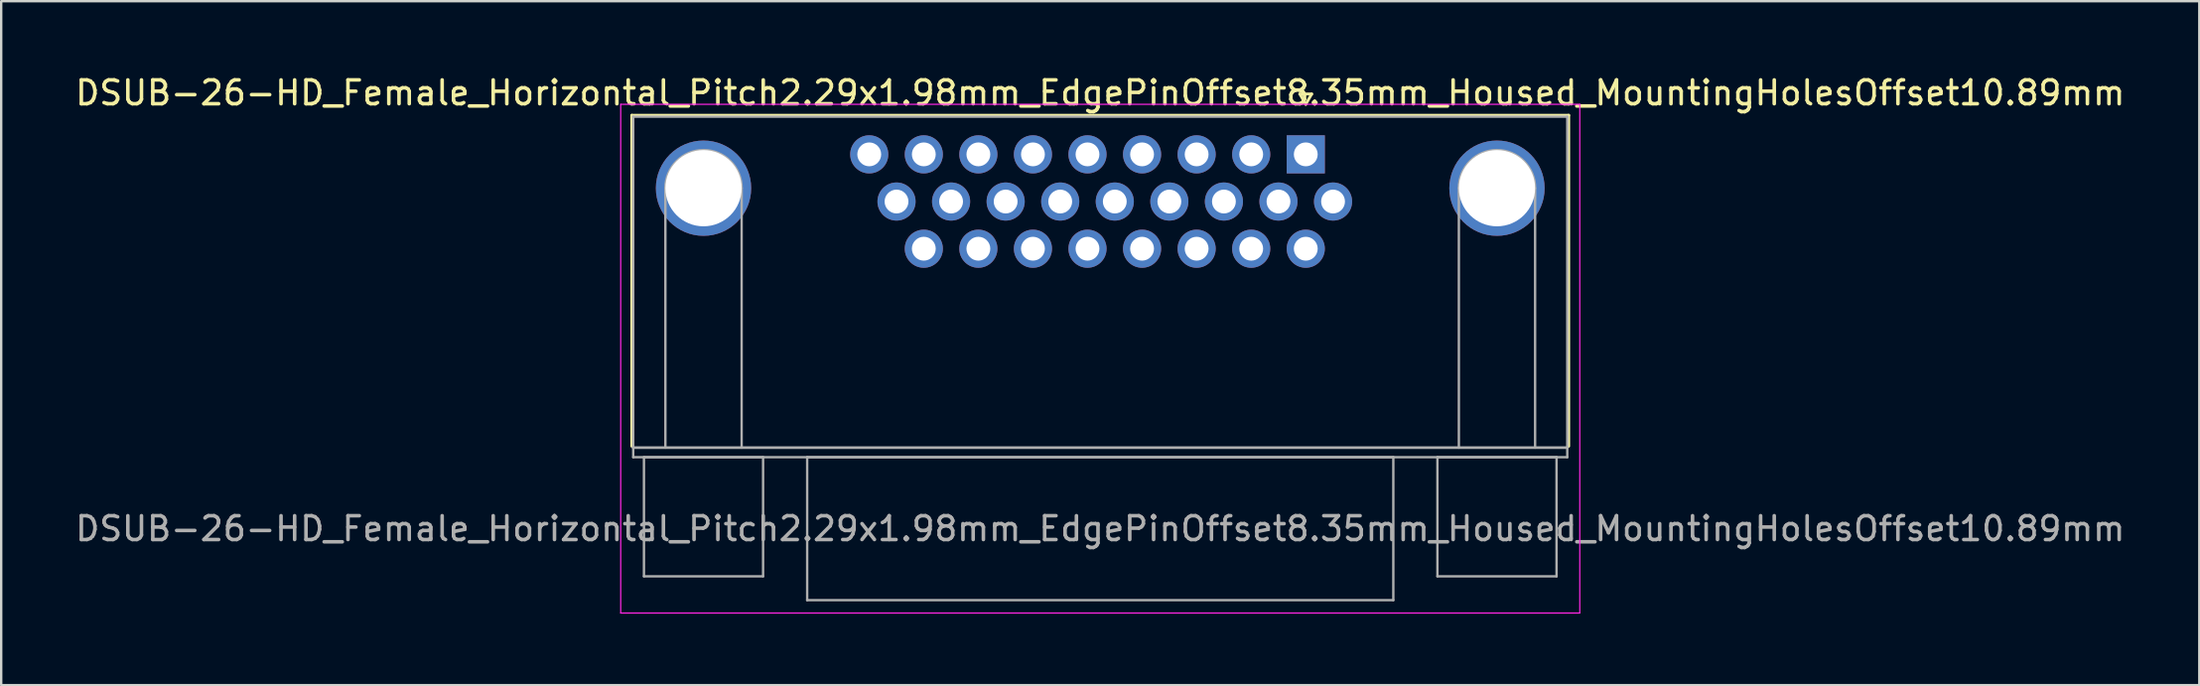
<source format=kicad_pcb>
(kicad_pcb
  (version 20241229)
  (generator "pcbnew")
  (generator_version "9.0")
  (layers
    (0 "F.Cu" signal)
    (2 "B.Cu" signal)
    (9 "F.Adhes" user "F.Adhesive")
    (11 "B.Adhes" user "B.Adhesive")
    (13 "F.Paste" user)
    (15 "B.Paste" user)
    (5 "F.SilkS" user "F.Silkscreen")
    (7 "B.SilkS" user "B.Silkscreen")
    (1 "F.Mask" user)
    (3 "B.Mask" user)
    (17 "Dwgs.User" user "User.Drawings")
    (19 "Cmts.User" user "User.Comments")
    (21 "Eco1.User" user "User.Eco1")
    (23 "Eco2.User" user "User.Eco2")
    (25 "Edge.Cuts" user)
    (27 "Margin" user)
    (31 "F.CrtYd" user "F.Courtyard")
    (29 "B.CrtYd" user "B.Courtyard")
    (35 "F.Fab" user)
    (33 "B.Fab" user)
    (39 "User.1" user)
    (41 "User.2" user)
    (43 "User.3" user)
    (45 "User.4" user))
  (footprint "DSUB-26-HD_Female_Horizontal_Pitch2.29x1.98mm_EdgePinOffset8.35mm_Housed_MountingHolesOffset10.89mm"
    (layer "F.Cu")
    (at 51.75 3.428)
    (property "Reference" "DSUB-26-HD_Female_Horizontal_Pitch2.29x1.98mm_EdgePinOffset8.35mm_Housed_MountingHolesOffset10.89mm" (at -8.625 -2.58 0) (layer "F.SilkS") (effects (font (size 1 1) (thickness 0.15))))
    (attr through_hole)
    (fp_line (start -28.285 -1.64) (end 11.035 -1.64) (stroke (width 0.12) (type solid)) (layer "F.SilkS"))
    (fp_line (start -28.285 12.25) (end -28.285 -1.64) (stroke (width 0.12) (type solid)) (layer "F.SilkS"))
    (fp_line (start -0.25 -2.534) (end 0.25 -2.534) (stroke (width 0.12) (type solid)) (layer "F.SilkS"))
    (fp_line (start 0 -2.101) (end -0.25 -2.534) (stroke (width 0.12) (type solid)) (layer "F.SilkS"))
    (fp_line (start 0.25 -2.534) (end 0 -2.101) (stroke (width 0.12) (type solid)) (layer "F.SilkS"))
    (fp_line (start 11.035 -1.64) (end 11.035 12.25) (stroke (width 0.12) (type solid)) (layer "F.SilkS"))
    (fp_line (start -28.75 -2.1) (end -28.75 19.25) (stroke (width 0.05) (type solid)) (layer "F.CrtYd"))
    (fp_line (start -28.75 19.25) (end 11.5 19.25) (stroke (width 0.05) (type solid)) (layer "F.CrtYd"))
    (fp_line (start 11.5 -2.1) (end -28.75 -2.1) (stroke (width 0.05) (type solid)) (layer "F.CrtYd"))
    (fp_line (start 11.5 19.25) (end 11.5 -2.1) (stroke (width 0.05) (type solid)) (layer "F.CrtYd"))
    (fp_line (start -28.225 -1.58) (end -28.225 12.31) (stroke (width 0.1) (type solid)) (layer "F.Fab"))
    (fp_line (start -28.225 12.31) (end -28.225 12.71) (stroke (width 0.1) (type solid)) (layer "F.Fab"))
    (fp_line (start -28.225 12.31) (end 10.975 12.31) (stroke (width 0.1) (type solid)) (layer "F.Fab"))
    (fp_line (start -28.225 12.71) (end 10.975 12.71) (stroke (width 0.1) (type solid)) (layer "F.Fab"))
    (fp_line (start -27.775 12.71) (end -27.775 17.71) (stroke (width 0.1) (type solid)) (layer "F.Fab"))
    (fp_line (start -27.775 17.71) (end -22.775 17.71) (stroke (width 0.1) (type solid)) (layer "F.Fab"))
    (fp_line (start -26.875 12.31) (end -26.875 1.42) (stroke (width 0.1) (type solid)) (layer "F.Fab"))
    (fp_line (start -23.675 12.31) (end -23.675 1.42) (stroke (width 0.1) (type solid)) (layer "F.Fab"))
    (fp_line (start -22.775 12.71) (end -27.775 12.71) (stroke (width 0.1) (type solid)) (layer "F.Fab"))
    (fp_line (start -22.775 17.71) (end -22.775 12.71) (stroke (width 0.1) (type solid)) (layer "F.Fab"))
    (fp_line (start -20.925 12.71) (end -20.925 18.71) (stroke (width 0.1) (type solid)) (layer "F.Fab"))
    (fp_line (start -20.925 18.71) (end 3.675 18.71) (stroke (width 0.1) (type solid)) (layer "F.Fab"))
    (fp_line (start 3.675 12.71) (end -20.925 12.71) (stroke (width 0.1) (type solid)) (layer "F.Fab"))
    (fp_line (start 3.675 18.71) (end 3.675 12.71) (stroke (width 0.1) (type solid)) (layer "F.Fab"))
    (fp_line (start 5.525 12.71) (end 5.525 17.71) (stroke (width 0.1) (type solid)) (layer "F.Fab"))
    (fp_line (start 5.525 17.71) (end 10.525 17.71) (stroke (width 0.1) (type solid)) (layer "F.Fab"))
    (fp_line (start 6.425 12.31) (end 6.425 1.42) (stroke (width 0.1) (type solid)) (layer "F.Fab"))
    (fp_line (start 9.625 12.31) (end 9.625 1.42) (stroke (width 0.1) (type solid)) (layer "F.Fab"))
    (fp_line (start 10.525 12.71) (end 5.525 12.71) (stroke (width 0.1) (type solid)) (layer "F.Fab"))
    (fp_line (start 10.525 17.71) (end 10.525 12.71) (stroke (width 0.1) (type solid)) (layer "F.Fab"))
    (fp_line (start 10.975 -1.58) (end -28.225 -1.58) (stroke (width 0.1) (type solid)) (layer "F.Fab"))
    (fp_line (start 10.975 12.31) (end -28.225 12.31) (stroke (width 0.1) (type solid)) (layer "F.Fab"))
    (fp_line (start 10.975 12.31) (end 10.975 -1.58) (stroke (width 0.1) (type solid)) (layer "F.Fab"))
    (fp_line (start 10.975 12.71) (end 10.975 12.31) (stroke (width 0.1) (type solid)) (layer "F.Fab"))
    (fp_arc (start -26.875 1.42) (mid -25.275 -0.18) (end -23.675 1.42) (stroke (width 0.1) (type solid)) (layer "F.Fab"))
    (fp_arc (start 6.425 1.42) (mid 8.025 -0.18) (end 9.625 1.42) (stroke (width 0.1) (type solid)) (layer "F.Fab"))
    (fp_text user "${REFERENCE}" (at -8.625 15.71 0) (layer "F.Fab") (effects (font (size 1 1) (thickness 0.15))))
    (pad "0" thru_hole circle (at -25.275 1.42) (size 4 4) (drill 3.2) (layers "*.Cu" "*.Mask"))
    (pad "0" thru_hole circle (at 8.025 1.42) (size 4 4) (drill 3.2) (layers "*.Cu" "*.Mask"))
    (pad "1" thru_hole rect (at 0 0) (size 1.6 1.6) (drill 1) (layers "*.Cu" "*.Mask"))
    (pad "2" thru_hole circle (at -2.29 0) (size 1.6 1.6) (drill 1) (layers "*.Cu" "*.Mask"))
    (pad "3" thru_hole circle (at -4.58 0) (size 1.6 1.6) (drill 1) (layers "*.Cu" "*.Mask"))
    (pad "4" thru_hole circle (at -6.87 0) (size 1.6 1.6) (drill 1) (layers "*.Cu" "*.Mask"))
    (pad "5" thru_hole circle (at -9.16 0) (size 1.6 1.6) (drill 1) (layers "*.Cu" "*.Mask"))
    (pad "6" thru_hole circle (at -11.45 0) (size 1.6 1.6) (drill 1) (layers "*.Cu" "*.Mask"))
    (pad "7" thru_hole circle (at -13.74 0) (size 1.6 1.6) (drill 1) (layers "*.Cu" "*.Mask"))
    (pad "8" thru_hole circle (at -16.03 0) (size 1.6 1.6) (drill 1) (layers "*.Cu" "*.Mask"))
    (pad "9" thru_hole circle (at -18.32 0) (size 1.6 1.6) (drill 1) (layers "*.Cu" "*.Mask"))
    (pad "10" thru_hole circle (at 1.145 1.98) (size 1.6 1.6) (drill 1) (layers "*.Cu" "*.Mask"))
    (pad "11" thru_hole circle (at -1.145 1.98) (size 1.6 1.6) (drill 1) (layers "*.Cu" "*.Mask"))
    (pad "12" thru_hole circle (at -3.435 1.98) (size 1.6 1.6) (drill 1) (layers "*.Cu" "*.Mask"))
    (pad "13" thru_hole circle (at -5.725 1.98) (size 1.6 1.6) (drill 1) (layers "*.Cu" "*.Mask"))
    (pad "14" thru_hole circle (at -8.015 1.98) (size 1.6 1.6) (drill 1) (layers "*.Cu" "*.Mask"))
    (pad "15" thru_hole circle (at -10.305 1.98) (size 1.6 1.6) (drill 1) (layers "*.Cu" "*.Mask"))
    (pad "16" thru_hole circle (at -12.595 1.98) (size 1.6 1.6) (drill 1) (layers "*.Cu" "*.Mask"))
    (pad "17" thru_hole circle (at -14.885 1.98) (size 1.6 1.6) (drill 1) (layers "*.Cu" "*.Mask"))
    (pad "18" thru_hole circle (at -17.175 1.98) (size 1.6 1.6) (drill 1) (layers "*.Cu" "*.Mask"))
    (pad "19" thru_hole circle (at 0 3.96) (size 1.6 1.6) (drill 1) (layers "*.Cu" "*.Mask"))
    (pad "20" thru_hole circle (at -2.29 3.96) (size 1.6 1.6) (drill 1) (layers "*.Cu" "*.Mask"))
    (pad "21" thru_hole circle (at -4.58 3.96) (size 1.6 1.6) (drill 1) (layers "*.Cu" "*.Mask"))
    (pad "22" thru_hole circle (at -6.87 3.96) (size 1.6 1.6) (drill 1) (layers "*.Cu" "*.Mask"))
    (pad "23" thru_hole circle (at -9.16 3.96) (size 1.6 1.6) (drill 1) (layers "*.Cu" "*.Mask"))
    (pad "24" thru_hole circle (at -11.45 3.96) (size 1.6 1.6) (drill 1) (layers "*.Cu" "*.Mask"))
    (pad "25" thru_hole circle (at -13.74 3.96) (size 1.6 1.6) (drill 1) (layers "*.Cu" "*.Mask"))
    (pad "26" thru_hole circle (at -16.03 3.96) (size 1.6 1.6) (drill 1) (layers "*.Cu" "*.Mask")))
  (gr_rect
    (start -3 -3)
    (end 89.25 25.703)
    (stroke (width 0.1) (type default))
    (fill no)
    (layer "Edge.Cuts")))
</source>
